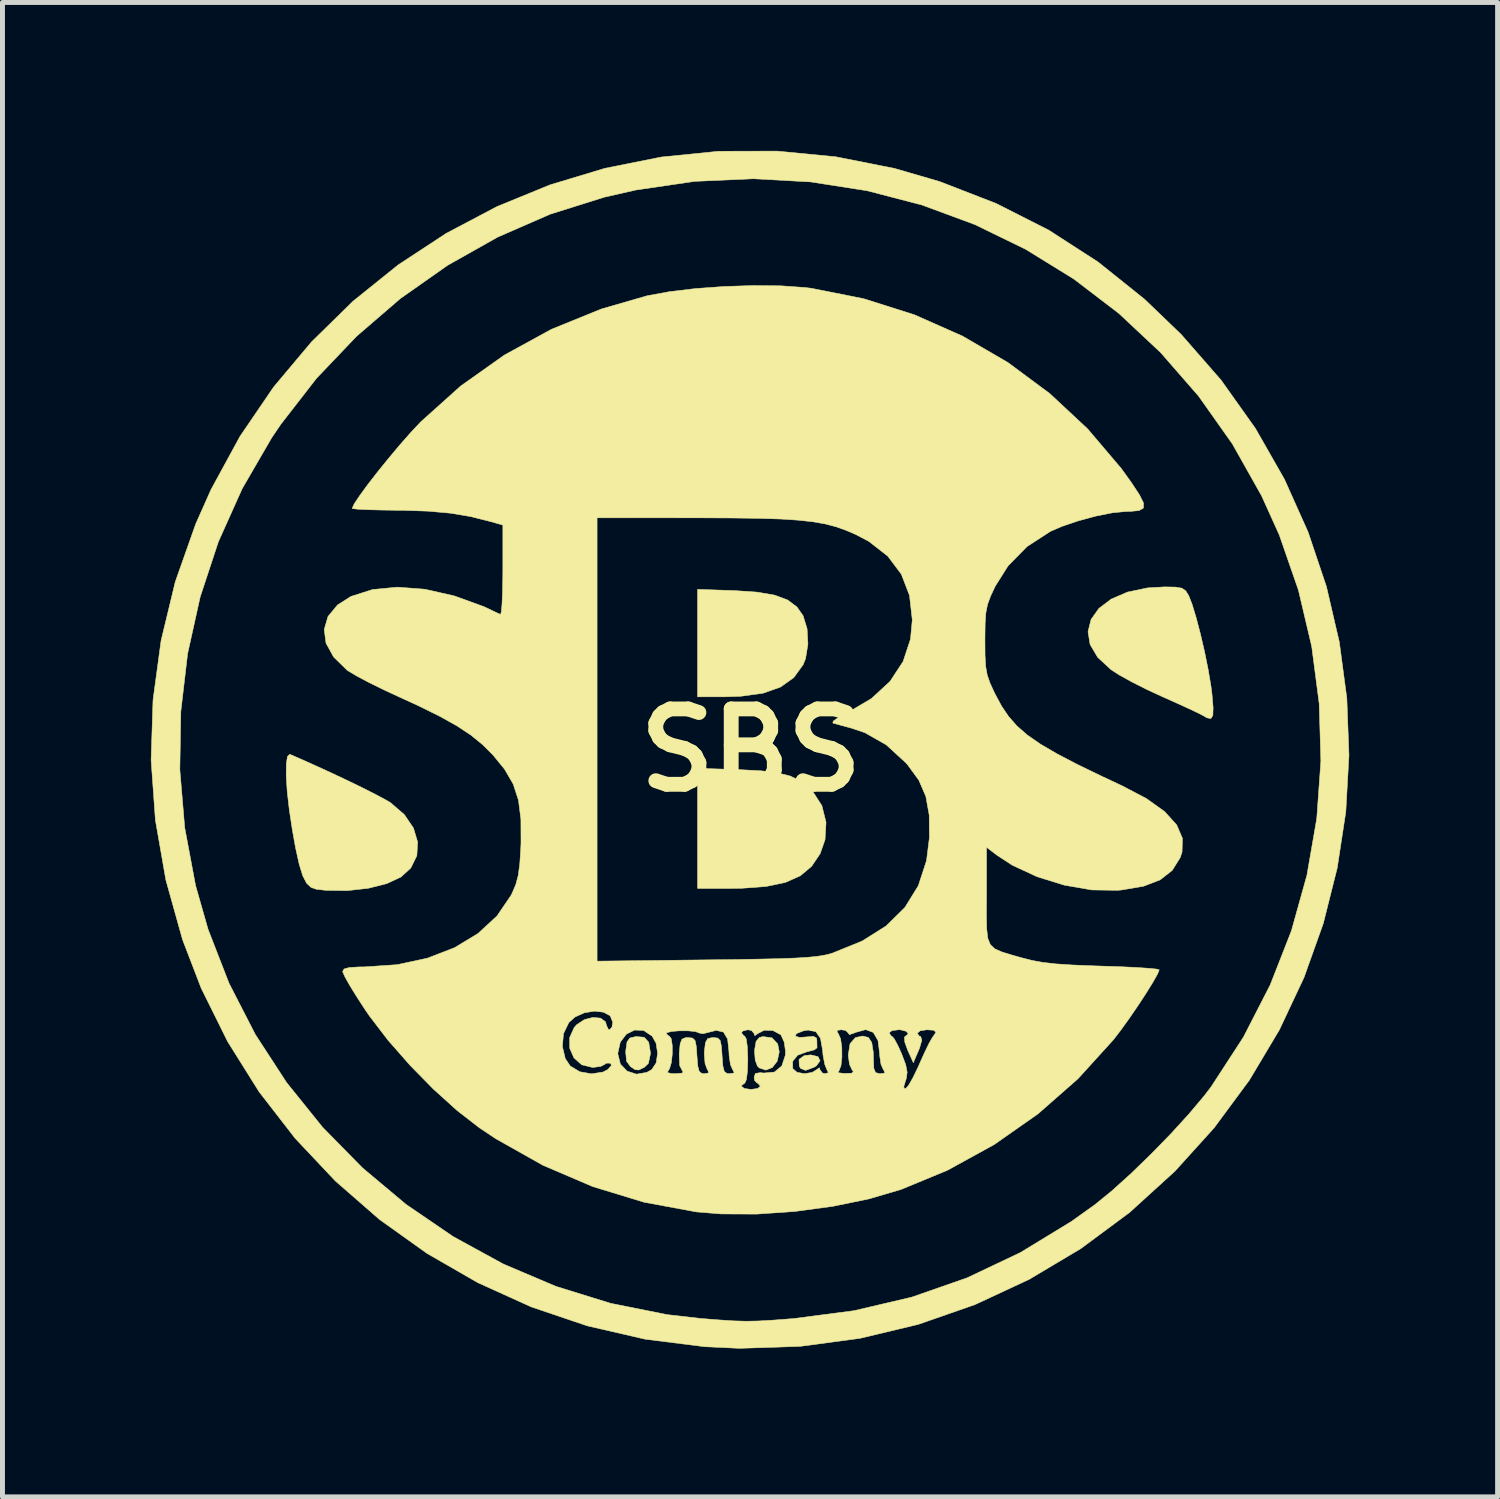
<source format=kicad_pcb>
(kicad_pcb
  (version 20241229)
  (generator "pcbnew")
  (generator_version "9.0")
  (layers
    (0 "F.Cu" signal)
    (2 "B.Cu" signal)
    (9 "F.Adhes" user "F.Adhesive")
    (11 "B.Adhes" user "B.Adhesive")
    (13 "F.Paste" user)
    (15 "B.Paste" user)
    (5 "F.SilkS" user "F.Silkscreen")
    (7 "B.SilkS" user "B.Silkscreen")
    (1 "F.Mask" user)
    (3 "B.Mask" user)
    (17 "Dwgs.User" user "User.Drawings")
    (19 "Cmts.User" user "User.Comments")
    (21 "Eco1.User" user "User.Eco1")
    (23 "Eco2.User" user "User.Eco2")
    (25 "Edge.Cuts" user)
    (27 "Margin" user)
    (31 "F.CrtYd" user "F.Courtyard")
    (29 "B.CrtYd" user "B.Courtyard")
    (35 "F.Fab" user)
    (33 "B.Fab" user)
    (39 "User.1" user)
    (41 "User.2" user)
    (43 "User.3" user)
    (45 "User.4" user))
  (footprint "SBS"
    (layer "F.Cu")
    (at 12.133 12.118)
    (property "Reference" "SBS" (at 0 0 0) (layer "F.SilkS") (effects (font (size 1.524 1.524) (thickness 0.3))))
    (attr through_hole)
    (fp_poly (pts (xy 1.356 6.195) (xy 1.397 6.279) (xy 1.324 6.38) (xy 1.274 6.411) (xy 1.106 6.473) (xy 1.005 6.435) (xy 0.977 6.385) (xy 0.972 6.251) (xy 1.077 6.175) (xy 1.21 6.16) (xy 1.356 6.195)) (stroke (width 0.01) (type solid)) (fill yes) (layer "F.SilkS"))
    (fp_poly (pts (xy 0.426 5.815) (xy 0.541 5.939) (xy 0.572 6.099) (xy 0.532 6.287) (xy 0.432 6.416) (xy 0.301 6.468) (xy 0.168 6.423) (xy 0.131 6.386) (xy 0.086 6.266) (xy 0.073 6.088) (xy 0.075 6.053) (xy 0.104 5.887) (xy 0.168 5.81) (xy 0.242 5.79) (xy 0.426 5.815)) (stroke (width 0.01) (type solid)) (fill yes) (layer "F.SilkS"))
    (fp_poly (pts (xy -2.159 5.804) (xy -2.067 5.904) (xy -2.034 6.106) (xy -2.033 6.141) (xy -2.073 6.331) (xy -2.155 6.411) (xy -2.269 6.466) (xy -2.343 6.459) (xy -2.437 6.395) (xy -2.515 6.289) (xy -2.532 6.109) (xy -2.529 6.062) (xy -2.505 5.897) (xy -2.448 5.819) (xy -2.33 5.79) (xy -2.325 5.789) (xy -2.159 5.804)) (stroke (width 0.01) (type solid)) (fill yes) (layer "F.SilkS"))
    (fp_poly (pts (xy -0.333 -3.227) (xy 0.127 -3.196) (xy 0.48 -3.135) (xy 0.742 -3.037) (xy 0.93 -2.896) (xy 1.054 -2.719) (xy 1.135 -2.455) (xy 1.152 -2.145) (xy 1.104 -1.851) (xy 1.055 -1.729) (xy 0.866 -1.468) (xy 0.598 -1.277) (xy 0.243 -1.152) (xy -0.211 -1.09) (xy -0.524 -1.08) (xy -1.079 -1.079) (xy -1.079 -3.252) (xy -0.333 -3.227)) (stroke (width 0.01) (type solid)) (fill yes) (layer "F.SilkS"))
    (fp_poly (pts (xy -0.238 0.393) (xy 0.201 0.416) (xy 0.537 0.457) (xy 0.796 0.523) (xy 1.001 0.622) (xy 1.177 0.761) (xy 1.25 0.835) (xy 1.434 1.121) (xy 1.518 1.457) (xy 1.498 1.809) (xy 1.399 2.092) (xy 1.227 2.347) (xy 0.998 2.539) (xy 0.697 2.673) (xy 0.308 2.755) (xy -0.181 2.791) (xy -0.393 2.794) (xy -1.079 2.794) (xy -1.079 0.366) (xy -0.238 0.393)) (stroke (width 0.01) (type solid)) (fill yes) (layer "F.SilkS"))
    (fp_poly (pts (xy -9.319 0.084) (xy -8.964 0.24) (xy -8.59 0.41) (xy -8.22 0.583) (xy -7.879 0.748) (xy -7.59 0.894) (xy -7.377 1.008) (xy -7.287 1.061) (xy -7.007 1.303) (xy -6.823 1.575) (xy -6.739 1.858) (xy -6.755 2.133) (xy -6.877 2.381) (xy -7.075 2.563) (xy -7.366 2.698) (xy -7.74 2.792) (xy -8.162 2.839) (xy -8.593 2.833) (xy -8.784 2.812) (xy -8.894 2.774) (xy -8.985 2.688) (xy -9.063 2.536) (xy -9.134 2.304) (xy -9.207 1.975) (xy -9.272 1.612) (xy -9.334 1.203) (xy -9.376 0.834) (xy -9.396 0.52) (xy -9.394 0.279) (xy -9.371 0.127) (xy -9.324 0.082) (xy -9.319 0.084)) (stroke (width 0.01) (type solid)) (fill yes) (layer "F.SilkS"))
    (fp_poly (pts (xy 8.582 -3.298) (xy 8.713 -3.276) (xy 8.79 -3.223) (xy 8.85 -3.127) (xy 8.919 -2.951) (xy 9.001 -2.681) (xy 9.088 -2.349) (xy 9.172 -1.987) (xy 9.245 -1.626) (xy 9.3 -1.3) (xy 9.322 -1.127) (xy 9.344 -0.86) (xy 9.339 -0.703) (xy 9.298 -0.64) (xy 9.217 -0.656) (xy 9.144 -0.699) (xy 9.051 -0.747) (xy 8.868 -0.834) (xy 8.621 -0.947) (xy 8.335 -1.075) (xy 8.319 -1.082) (xy 8.003 -1.228) (xy 7.698 -1.382) (xy 7.442 -1.524) (xy 7.282 -1.627) (xy 7.01 -1.878) (xy 6.857 -2.138) (xy 6.815 -2.397) (xy 6.877 -2.644) (xy 7.035 -2.867) (xy 7.283 -3.055) (xy 7.613 -3.197) (xy 8.019 -3.282) (xy 8.36 -3.302) (xy 8.582 -3.298)) (stroke (width 0.01) (type solid)) (fill yes) (layer "F.SilkS"))
    (fp_poly (pts (xy 1.716 -11.998) (xy 2.902 -11.763) (xy 3.816 -11.497) (xy 4.958 -11.054) (xy 6.023 -10.514) (xy 7.02 -9.87) (xy 7.959 -9.117) (xy 8.7 -8.405) (xy 9.505 -7.483) (xy 10.201 -6.504) (xy 10.787 -5.477) (xy 11.265 -4.409) (xy 11.635 -3.309) (xy 11.896 -2.185) (xy 12.048 -1.046) (xy 12.091 0.101) (xy 12.027 1.246) (xy 11.853 2.383) (xy 11.572 3.502) (xy 11.182 4.595) (xy 10.684 5.654) (xy 10.078 6.67) (xy 9.364 7.636) (xy 8.572 8.512) (xy 7.654 9.347) (xy 6.669 10.077) (xy 5.623 10.7) (xy 4.525 11.211) (xy 3.383 11.609) (xy 2.204 11.891) (xy 0.995 12.053) (xy -0.235 12.093) (xy -0.927 12.061) (xy -2.135 11.909) (xy -3.308 11.639) (xy -4.44 11.256) (xy -5.522 10.766) (xy -6.548 10.175) (xy -7.51 9.488) (xy -8.402 8.71) (xy -9.215 7.848) (xy -9.944 6.907) (xy -10.58 5.892) (xy -11.116 4.81) (xy -11.492 3.831) (xy -11.829 2.626) (xy -12.041 1.413) (xy -12.114 0.393) (xy -11.547 0.393) (xy -11.448 1.57) (xy -11.229 2.736) (xy -10.977 3.619) (xy -10.552 4.713) (xy -10.02 5.749) (xy -9.388 6.72) (xy -8.663 7.621) (xy -7.855 8.444) (xy -6.972 9.184) (xy -6.02 9.834) (xy -5.008 10.388) (xy -3.944 10.84) (xy -2.837 11.183) (xy -1.693 11.412) (xy -1.016 11.489) (xy -0.638 11.519) (xy -0.345 11.538) (xy -0.096 11.545) (xy 0.151 11.54) (xy 0.436 11.524) (xy 0.8 11.496) (xy 0.864 11.491) (xy 2.084 11.332) (xy 3.252 11.058) (xy 4.372 10.667) (xy 5.447 10.157) (xy 6.479 9.528) (xy 6.952 9.19) (xy 7.289 8.916) (xy 7.674 8.569) (xy 8.08 8.176) (xy 8.482 7.764) (xy 8.851 7.36) (xy 9.162 6.991) (xy 9.303 6.807) (xy 9.957 5.801) (xy 10.498 4.747) (xy 10.927 3.652) (xy 11.241 2.527) (xy 11.44 1.38) (xy 11.523 0.221) (xy 11.489 -0.941) (xy 11.338 -2.097) (xy 11.069 -3.237) (xy 10.682 -4.353) (xy 10.324 -5.144) (xy 9.733 -6.194) (xy 9.05 -7.16) (xy 8.283 -8.04) (xy 7.44 -8.83) (xy 6.528 -9.527) (xy 5.555 -10.127) (xy 4.529 -10.627) (xy 3.458 -11.023) (xy 2.347 -11.312) (xy 1.207 -11.49) (xy 0.043 -11.554) (xy -1.137 -11.501) (xy -2.324 -11.327) (xy -2.966 -11.181) (xy -4.06 -10.837) (xy -5.119 -10.375) (xy -6.131 -9.805) (xy -7.086 -9.134) (xy -7.974 -8.369) (xy -8.784 -7.519) (xy -9.505 -6.59) (xy -9.693 -6.312) (xy -10.286 -5.289) (xy -10.768 -4.214) (xy -11.136 -3.098) (xy -11.39 -1.952) (xy -11.527 -0.784) (xy -11.547 0.393) (xy -12.114 0.393) (xy -12.128 0.198) (xy -12.089 -1.014) (xy -11.926 -2.217) (xy -11.639 -3.405) (xy -11.227 -4.572) (xy -10.916 -5.271) (xy -10.329 -6.348) (xy -9.649 -7.345) (xy -8.884 -8.256) (xy -8.043 -9.08) (xy -7.133 -9.812) (xy -6.161 -10.45) (xy -5.136 -10.991) (xy -4.064 -11.43) (xy -2.954 -11.765) (xy -1.813 -11.993) (xy -0.65 -12.11) (xy 0.529 -12.113) (xy 1.716 -11.998)) (stroke (width 0.01) (type solid)) (fill yes) (layer "F.SilkS"))
    (fp_poly (pts (xy 0.609 -9.389) (xy 1.093 -9.355) (xy 1.218 -9.34) (xy 2.279 -9.129) (xy 3.302 -8.805) (xy 4.277 -8.373) (xy 5.193 -7.84) (xy 6.04 -7.212) (xy 6.808 -6.496) (xy 7.487 -5.696) (xy 7.69 -5.414) (xy 7.855 -5.164) (xy 7.938 -4.997) (xy 7.936 -4.896) (xy 7.846 -4.845) (xy 7.664 -4.828) (xy 7.583 -4.827) (xy 7.314 -4.801) (xy 6.976 -4.734) (xy 6.617 -4.637) (xy 6.281 -4.523) (xy 6.054 -4.424) (xy 5.583 -4.118) (xy 5.199 -3.728) (xy 4.939 -3.316) (xy 4.845 -3.115) (xy 4.784 -2.95) (xy 4.75 -2.781) (xy 4.735 -2.57) (xy 4.731 -2.276) (xy 4.731 -2.223) (xy 4.733 -1.913) (xy 4.746 -1.692) (xy 4.777 -1.52) (xy 4.834 -1.356) (xy 4.923 -1.163) (xy 4.94 -1.129) (xy 5.068 -0.891) (xy 5.21 -0.681) (xy 5.379 -0.489) (xy 5.589 -0.306) (xy 5.854 -0.122) (xy 6.188 0.073) (xy 6.603 0.29) (xy 7.114 0.537) (xy 7.499 0.717) (xy 7.995 0.977) (xy 8.364 1.241) (xy 8.607 1.509) (xy 8.724 1.782) (xy 8.716 2.06) (xy 8.678 2.173) (xy 8.517 2.43) (xy 8.275 2.62) (xy 7.939 2.75) (xy 7.498 2.825) (xy 7.414 2.833) (xy 6.893 2.825) (xy 6.337 2.729) (xy 5.788 2.559) (xy 5.287 2.327) (xy 4.971 2.121) (xy 4.763 1.962) (xy 4.763 2.947) (xy 4.761 3.331) (xy 4.766 3.609) (xy 4.788 3.802) (xy 4.84 3.931) (xy 4.933 4.017) (xy 5.079 4.081) (xy 5.29 4.145) (xy 5.467 4.195) (xy 5.677 4.249) (xy 5.9 4.29) (xy 6.164 4.32) (xy 6.493 4.342) (xy 6.914 4.359) (xy 7.096 4.365) (xy 7.464 4.377) (xy 7.784 4.392) (xy 8.035 4.409) (xy 8.199 4.425) (xy 8.255 4.44) (xy 8.22 4.527) (xy 8.126 4.693) (xy 7.989 4.914) (xy 7.825 5.165) (xy 7.649 5.422) (xy 7.476 5.662) (xy 7.33 5.852) (xy 6.612 6.643) (xy 5.802 7.354) (xy 4.917 7.974) (xy 3.973 8.493) (xy 3.035 8.881) (xy 2.381 9.073) (xy 1.65 9.223) (xy 0.883 9.326) (xy 0.118 9.379) (xy -0.605 9.376) (xy -1.104 9.335) (xy -2.161 9.139) (xy -3.201 8.822) (xy -4.206 8.392) (xy -5.161 7.854) (xy -5.493 7.632) (xy -5.943 7.283) (xy -6.42 6.852) (xy -6.893 6.37) (xy -7.227 5.989) (xy -3.813 5.989) (xy -3.754 6.235) (xy -3.654 6.385) (xy -3.461 6.501) (xy -3.222 6.543) (xy -2.991 6.507) (xy -2.892 6.455) (xy -2.82 6.371) (xy -2.843 6.327) (xy -2.932 6.328) (xy -2.952 6.349) (xy -3.037 6.393) (xy -3.191 6.413) (xy -3.206 6.413) (xy -3.422 6.36) (xy -3.579 6.22) (xy -3.615 6.138) (xy -2.692 6.138) (xy -2.64 6.346) (xy -2.503 6.489) (xy -2.314 6.55) (xy -2.106 6.514) (xy -2.006 6.458) (xy -1.916 6.322) (xy -1.887 6.127) (xy -1.918 5.924) (xy -1.998 5.781) (xy -2.079 5.727) (xy -1.714 5.727) (xy -1.666 5.777) (xy -1.651 5.779) (xy -1.611 5.834) (xy -1.591 5.971) (xy -1.591 6.147) (xy -1.61 6.318) (xy -1.647 6.441) (xy -1.664 6.464) (xy -1.689 6.516) (xy -1.614 6.537) (xy -1.521 6.54) (xy -1.387 6.528) (xy -1.373 6.495) (xy -1.385 6.486) (xy -1.441 6.377) (xy -1.45 6.154) (xy -1.449 6.122) (xy -1.431 5.935) (xy -1.395 5.843) (xy -1.324 5.812) (xy -1.27 5.81) (xy -1.18 5.82) (xy -1.13 5.869) (xy -1.105 5.988) (xy -1.092 6.175) (xy -1.076 6.383) (xy -1.047 6.493) (xy -0.993 6.536) (xy -0.942 6.54) (xy -0.852 6.525) (xy -0.874 6.464) (xy -0.885 6.45) (xy -0.928 6.333) (xy -0.943 6.151) (xy -0.941 6.085) (xy -0.92 5.912) (xy -0.876 5.832) (xy -0.787 5.811) (xy -0.762 5.81) (xy -0.672 5.82) (xy -0.622 5.869) (xy -0.597 5.988) (xy -0.584 6.175) (xy -0.568 6.383) (xy -0.54 6.493) (xy -0.486 6.535) (xy -0.429 6.54) (xy -0.338 6.526) (xy -0.36 6.473) (xy -0.368 6.464) (xy -0.414 6.358) (xy -0.441 6.18) (xy -0.445 6.091) (xy -0.472 5.839) (xy -0.546 5.715) (xy -0.191 5.715) (xy -0.142 5.777) (xy -0.127 5.779) (xy -0.095 5.838) (xy -0.073 5.998) (xy -0.064 6.232) (xy -0.064 6.255) (xy -0.071 6.495) (xy -0.093 6.662) (xy -0.124 6.731) (xy -0.127 6.731) (xy -0.189 6.779) (xy -0.191 6.795) (xy -0.135 6.839) (xy -0.002 6.858) (xy 0 6.858) (xy 0.134 6.84) (xy 0.19 6.795) (xy 0.191 6.795) (xy 0.142 6.733) (xy 0.127 6.731) (xy 0.074 6.678) (xy 0.064 6.615) (xy 0.089 6.536) (xy 0.187 6.519) (xy 0.257 6.527) (xy 0.473 6.508) (xy 0.623 6.385) (xy 0.655 6.289) (xy 0.843 6.289) (xy 0.845 6.437) (xy 0.933 6.513) (xy 1.083 6.54) (xy 1.239 6.514) (xy 1.321 6.464) (xy 1.384 6.42) (xy 1.397 6.464) (xy 1.449 6.53) (xy 1.5 6.54) (xy 1.566 6.519) (xy 1.536 6.46) (xy 1.492 6.351) (xy 1.458 6.169) (xy 1.449 6.069) (xy 1.406 5.825) (xy 1.312 5.691) (xy 1.19 5.665) (xy 1.736 5.665) (xy 1.755 5.717) (xy 1.765 5.728) (xy 1.812 5.834) (xy 1.837 6.009) (xy 1.839 6.205) (xy 1.82 6.379) (xy 1.778 6.486) (xy 1.762 6.498) (xy 1.763 6.52) (xy 1.865 6.534) (xy 1.902 6.535) (xy 2.04 6.53) (xy 2.07 6.498) (xy 2.045 6.464) (xy 1.993 6.353) (xy 1.969 6.182) (xy 1.968 6.16) (xy 2.004 5.934) (xy 2.112 5.81) (xy 2.26 5.779) (xy 2.375 5.808) (xy 2.442 5.909) (xy 2.473 6.104) (xy 2.477 6.26) (xy 2.484 6.435) (xy 2.519 6.517) (xy 2.597 6.54) (xy 2.616 6.54) (xy 2.709 6.527) (xy 2.69 6.475) (xy 2.68 6.464) (xy 2.63 6.354) (xy 2.604 6.181) (xy 2.603 6.143) (xy 2.57 5.872) (xy 2.479 5.715) (xy 2.794 5.715) (xy 2.834 5.777) (xy 2.846 5.779) (xy 2.895 5.832) (xy 2.972 5.973) (xy 3.046 6.138) (xy 3.129 6.358) (xy 3.158 6.51) (xy 3.141 6.638) (xy 3.126 6.681) (xy 3.088 6.809) (xy 3.111 6.845) (xy 3.13 6.841) (xy 3.188 6.775) (xy 3.276 6.62) (xy 3.379 6.408) (xy 3.406 6.345) (xy 3.51 6.114) (xy 3.602 5.924) (xy 3.668 5.809) (xy 3.677 5.797) (xy 3.739 5.706) (xy 3.7 5.662) (xy 3.556 5.652) (xy 3.421 5.673) (xy 3.362 5.723) (xy 3.401 5.777) (xy 3.432 5.79) (xy 3.455 5.86) (xy 3.409 6.021) (xy 3.391 6.065) (xy 3.283 6.318) (xy 3.169 6.064) (xy 3.112 5.907) (xy 3.102 5.806) (xy 3.115 5.789) (xy 3.18 5.737) (xy 3.142 5.684) (xy 3.024 5.653) (xy 2.985 5.652) (xy 2.851 5.67) (xy 2.794 5.714) (xy 2.794 5.715) (xy 2.479 5.715) (xy 2.474 5.706) (xy 2.32 5.649) (xy 2.114 5.706) (xy 2.091 5.717) (xy 1.99 5.751) (xy 1.968 5.717) (xy 1.915 5.666) (xy 1.829 5.652) (xy 1.736 5.665) (xy 1.19 5.665) (xy 1.156 5.658) (xy 1.058 5.675) (xy 0.919 5.73) (xy 0.897 5.781) (xy 0.983 5.807) (xy 1.111 5.798) (xy 1.263 5.785) (xy 1.326 5.82) (xy 1.333 5.865) (xy 1.335 5.985) (xy 1.336 6.017) (xy 1.283 6.058) (xy 1.149 6.094) (xy 1.136 6.096) (xy 0.946 6.166) (xy 0.843 6.289) (xy 0.655 6.289) (xy 0.694 6.172) (xy 0.699 6.091) (xy 0.673 5.903) (xy 0.609 5.762) (xy 0.599 5.751) (xy 0.443 5.667) (xy 0.265 5.663) (xy 0.14 5.728) (xy 0.077 5.772) (xy 0.064 5.728) (xy 0.01 5.666) (xy -0.064 5.652) (xy -0.167 5.678) (xy -0.191 5.715) (xy -0.546 5.715) (xy -0.556 5.698) (xy -0.702 5.665) (xy -0.83 5.697) (xy -0.968 5.732) (xy -1.046 5.718) (xy -1.047 5.717) (xy -1.121 5.688) (xy -1.268 5.674) (xy -1.444 5.673) (xy -1.604 5.686) (xy -1.702 5.712) (xy -1.714 5.727) (xy -2.079 5.727) (xy -2.169 5.666) (xy -2.353 5.658) (xy -2.519 5.741) (xy -2.642 5.902) (xy -2.692 6.126) (xy -2.692 6.138) (xy -3.615 6.138) (xy -3.664 6.027) (xy -3.666 5.812) (xy -3.574 5.607) (xy -3.527 5.553) (xy -3.37 5.448) (xy -3.196 5.403) (xy -3.041 5.417) (xy -2.94 5.491) (xy -2.921 5.563) (xy -2.884 5.643) (xy -2.857 5.652) (xy -2.809 5.597) (xy -2.794 5.498) (xy -2.846 5.37) (xy -2.981 5.297) (xy -3.166 5.276) (xy -3.369 5.309) (xy -3.559 5.395) (xy -3.682 5.506) (xy -3.79 5.73) (xy -3.813 5.989) (xy -7.227 5.989) (xy -7.334 5.868) (xy -7.711 5.376) (xy -7.797 5.251) (xy -7.969 4.987) (xy -8.112 4.755) (xy -8.211 4.578) (xy -8.254 4.48) (xy -8.255 4.473) (xy -8.226 4.423) (xy -8.123 4.394) (xy -7.924 4.382) (xy -7.816 4.381) (xy -7.152 4.336) (xy -6.82 4.265) (xy -3.111 4.265) (xy -0.905 4.239) (xy -0.298 4.232) (xy 0.196 4.223) (xy 0.592 4.214) (xy 0.904 4.202) (xy 1.146 4.187) (xy 1.332 4.169) (xy 1.478 4.146) (xy 1.597 4.118) (xy 1.651 4.101) (xy 2.247 3.859) (xy 2.733 3.553) (xy 3.112 3.18) (xy 3.384 2.74) (xy 3.55 2.232) (xy 3.608 1.769) (xy 3.604 1.311) (xy 3.536 0.934) (xy 3.395 0.607) (xy 3.168 0.296) (xy 3.131 0.254) (xy 2.736 -0.108) (xy 2.302 -0.355) (xy 2.032 -0.446) (xy 1.84 -0.498) (xy 1.691 -0.539) (xy 1.656 -0.549) (xy 1.662 -0.586) (xy 1.763 -0.659) (xy 1.938 -0.752) (xy 1.957 -0.761) (xy 2.438 -1.046) (xy 2.812 -1.391) (xy 3.076 -1.793) (xy 3.226 -2.247) (xy 3.262 -2.635) (xy 3.206 -3.128) (xy 3.041 -3.558) (xy 2.767 -3.923) (xy 2.385 -4.221) (xy 2.124 -4.359) (xy 1.919 -4.447) (xy 1.715 -4.519) (xy 1.496 -4.576) (xy 1.248 -4.619) (xy 0.954 -4.651) (xy 0.598 -4.674) (xy 0.164 -4.688) (xy -0.362 -4.695) (xy -0.998 -4.698) (xy -1.095 -4.698) (xy -3.111 -4.699) (xy -3.111 4.265) (xy -6.82 4.265) (xy -6.54 4.204) (xy -5.991 3.992) (xy -5.519 3.706) (xy -5.134 3.351) (xy -4.851 2.935) (xy -4.828 2.889) (xy -4.754 2.715) (xy -4.705 2.531) (xy -4.674 2.302) (xy -4.654 1.993) (xy -4.649 1.873) (xy -4.651 1.398) (xy -4.7 1.012) (xy -4.807 0.684) (xy -4.982 0.383) (xy -5.216 0.097) (xy -5.426 -0.113) (xy -5.662 -0.305) (xy -5.944 -0.492) (xy -6.292 -0.686) (xy -6.726 -0.9) (xy -7.112 -1.077) (xy -7.433 -1.226) (xy -7.731 -1.373) (xy -7.977 -1.504) (xy -8.143 -1.603) (xy -8.169 -1.622) (xy -8.438 -1.885) (xy -8.591 -2.163) (xy -8.628 -2.441) (xy -8.551 -2.704) (xy -8.36 -2.936) (xy -8.088 -3.109) (xy -7.65 -3.249) (xy -7.146 -3.297) (xy -6.591 -3.254) (xy -6.004 -3.122) (xy -5.402 -2.904) (xy -5.064 -2.744) (xy -5.047 -2.795) (xy -5.033 -2.951) (xy -5.023 -3.191) (xy -5.017 -3.494) (xy -5.016 -3.636) (xy -5.016 -4.552) (xy -5.255 -4.62) (xy -5.662 -4.723) (xy -6.072 -4.792) (xy -6.525 -4.833) (xy -7.059 -4.851) (xy -7.16 -4.851) (xy -7.482 -4.856) (xy -7.754 -4.863) (xy -7.952 -4.873) (xy -8.054 -4.885) (xy -8.063 -4.889) (xy -8.022 -4.98) (xy -7.912 -5.145) (xy -7.75 -5.367) (xy -7.55 -5.625) (xy -7.328 -5.899) (xy -7.1 -6.171) (xy -6.882 -6.419) (xy -6.689 -6.625) (xy -6.679 -6.636) (xy -5.869 -7.363) (xy -4.986 -7.989) (xy -4.035 -8.51) (xy -3.024 -8.921) (xy -2.103 -9.187) (xy -1.653 -9.27) (xy -1.118 -9.334) (xy -0.536 -9.376) (xy 0.053 -9.395) (xy 0.609 -9.389)) (stroke (width 0.01) (type solid)) (fill yes) (layer "F.SilkS")))
  (gr_rect
    (start -3 -3)
    (end 27.229 27.215)
    (stroke (width 0.1) (type default))
    (fill no)
    (layer "Edge.Cuts")))
</source>
